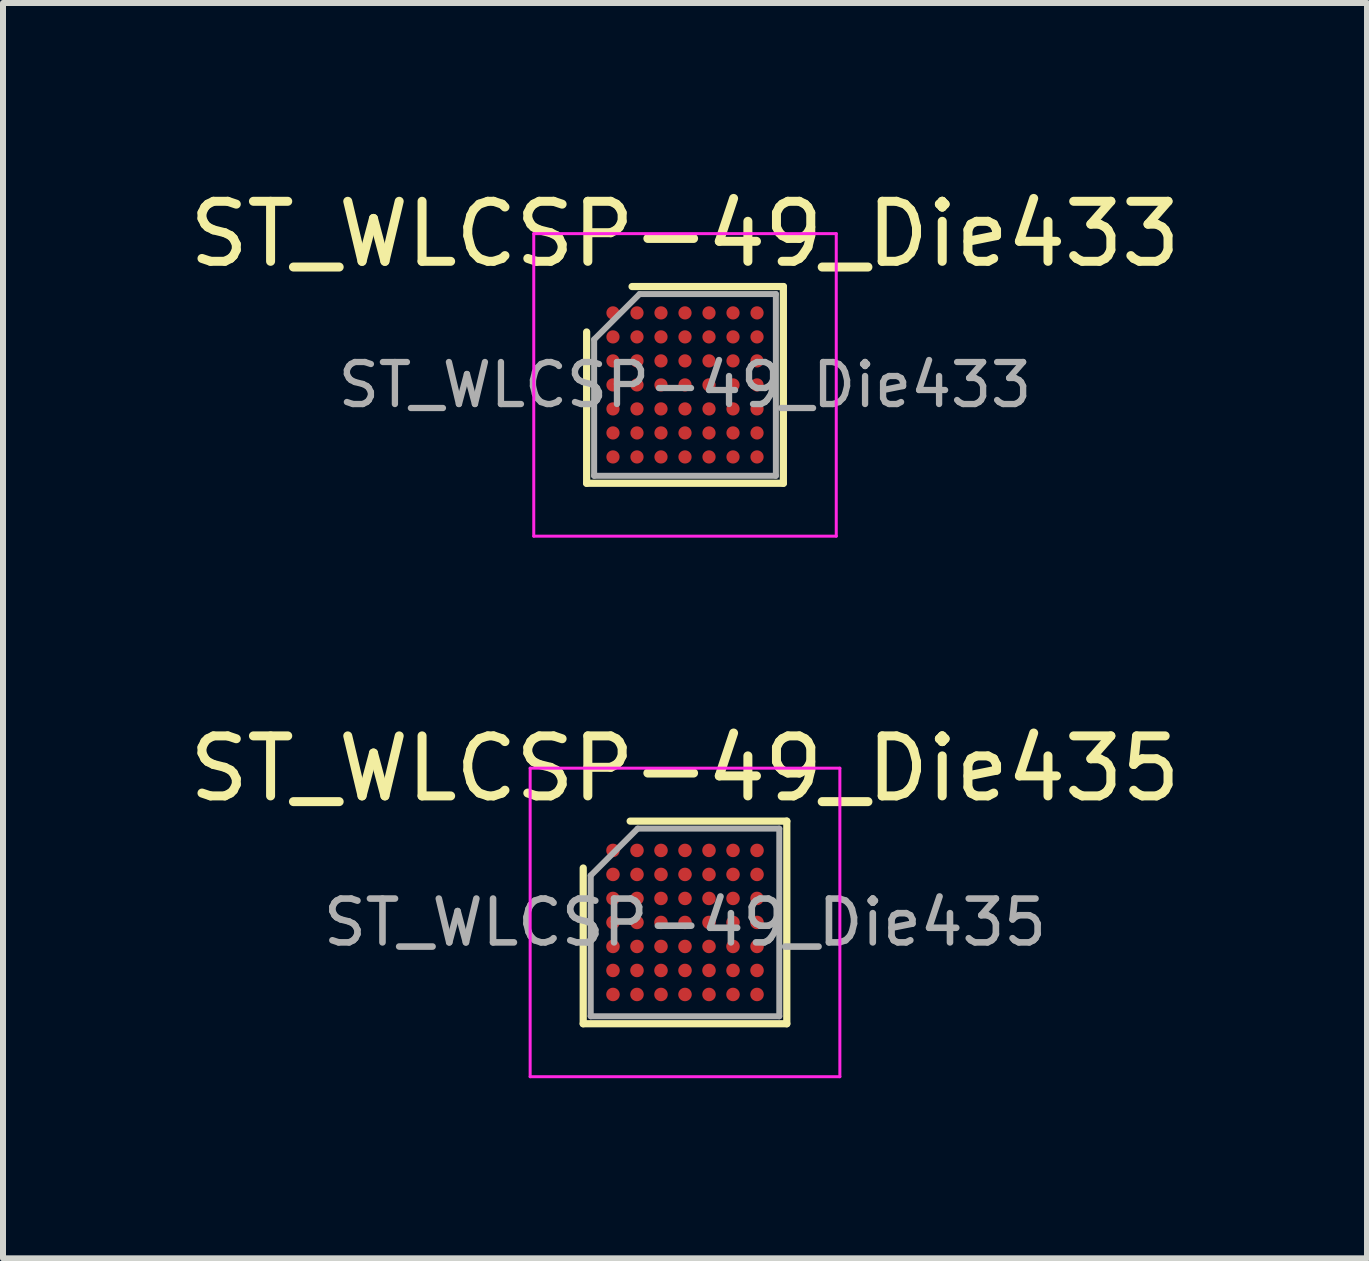
<source format=kicad_pcb>
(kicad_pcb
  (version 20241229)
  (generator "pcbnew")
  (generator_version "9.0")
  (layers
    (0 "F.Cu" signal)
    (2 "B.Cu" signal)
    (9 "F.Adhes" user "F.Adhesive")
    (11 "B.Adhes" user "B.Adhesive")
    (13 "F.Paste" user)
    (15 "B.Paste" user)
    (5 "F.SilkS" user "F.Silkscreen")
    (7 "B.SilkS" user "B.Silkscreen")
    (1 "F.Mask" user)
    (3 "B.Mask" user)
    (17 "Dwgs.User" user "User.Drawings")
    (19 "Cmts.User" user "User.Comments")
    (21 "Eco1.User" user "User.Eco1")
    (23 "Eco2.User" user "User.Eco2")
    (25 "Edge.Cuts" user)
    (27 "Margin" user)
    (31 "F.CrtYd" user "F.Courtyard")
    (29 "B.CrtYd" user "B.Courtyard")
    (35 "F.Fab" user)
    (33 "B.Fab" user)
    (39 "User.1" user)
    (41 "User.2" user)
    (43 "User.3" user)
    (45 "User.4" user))
  (footprint "ST_WLCSP-49_Die435"
    (layer "F.Cu")
    (at 8.363 12.319)
    (property "Reference" "ST_WLCSP-49_Die435" (at 0 -2.563 0) (layer "F.SilkS") (effects (font (size 1 1) (thickness 0.15))))
    (attr smd)
    (fp_line (start -1.696 1.688) (end -1.696 -0.907) (stroke (width 0.12) (type solid)) (layer "F.SilkS"))
    (fp_line (start -0.914 -1.688) (end 1.696 -1.688) (stroke (width 0.12) (type solid)) (layer "F.SilkS"))
    (fp_line (start 1.696 -1.688) (end 1.696 1.688) (stroke (width 0.12) (type solid)) (layer "F.SilkS"))
    (fp_line (start 1.696 1.688) (end -1.696 1.688) (stroke (width 0.12) (type solid)) (layer "F.SilkS"))
    (fp_line (start -2.58 -2.57) (end -2.58 2.57) (stroke (width 0.05) (type solid)) (layer "F.CrtYd"))
    (fp_line (start -2.58 2.57) (end 2.58 2.57) (stroke (width 0.05) (type solid)) (layer "F.CrtYd"))
    (fp_line (start 2.58 -2.57) (end -2.58 -2.57) (stroke (width 0.05) (type solid)) (layer "F.CrtYd"))
    (fp_line (start 2.58 2.57) (end 2.58 -2.57) (stroke (width 0.05) (type solid)) (layer "F.CrtYd"))
    (fp_line (start -1.571 -0.782) (end -0.789 -1.563) (stroke (width 0.1) (type solid)) (layer "F.Fab"))
    (fp_line (start -1.571 1.563) (end -1.571 -0.782) (stroke (width 0.1) (type solid)) (layer "F.Fab"))
    (fp_line (start -0.789 -1.563) (end 1.571 -1.563) (stroke (width 0.1) (type solid)) (layer "F.Fab"))
    (fp_line (start 1.571 -1.563) (end 1.571 1.563) (stroke (width 0.1) (type solid)) (layer "F.Fab"))
    (fp_line (start 1.571 1.563) (end -1.571 1.563) (stroke (width 0.1) (type solid)) (layer "F.Fab"))
    (fp_text user "${REFERENCE}" (at 0 0 0) (layer "F.Fab") (effects (font (size 0.73 0.73) (thickness 0.11))))
    (pad "A1" smd circle (at -1.2 -1.2) (size 0.225 0.225) (layers "F.Cu" "F.Mask" "F.Paste"))
    (pad "A2" smd circle (at -0.8 -1.2) (size 0.225 0.225) (layers "F.Cu" "F.Mask" "F.Paste"))
    (pad "A3" smd circle (at -0.4 -1.2) (size 0.225 0.225) (layers "F.Cu" "F.Mask" "F.Paste"))
    (pad "A4" smd circle (at 0 -1.2) (size 0.225 0.225) (layers "F.Cu" "F.Mask" "F.Paste"))
    (pad "A5" smd circle (at 0.4 -1.2) (size 0.225 0.225) (layers "F.Cu" "F.Mask" "F.Paste"))
    (pad "A6" smd circle (at 0.8 -1.2) (size 0.225 0.225) (layers "F.Cu" "F.Mask" "F.Paste"))
    (pad "A7" smd circle (at 1.2 -1.2) (size 0.225 0.225) (layers "F.Cu" "F.Mask" "F.Paste"))
    (pad "B1" smd circle (at -1.2 -0.8) (size 0.225 0.225) (layers "F.Cu" "F.Mask" "F.Paste"))
    (pad "B2" smd circle (at -0.8 -0.8) (size 0.225 0.225) (layers "F.Cu" "F.Mask" "F.Paste"))
    (pad "B3" smd circle (at -0.4 -0.8) (size 0.225 0.225) (layers "F.Cu" "F.Mask" "F.Paste"))
    (pad "B4" smd circle (at 0 -0.8) (size 0.225 0.225) (layers "F.Cu" "F.Mask" "F.Paste"))
    (pad "B5" smd circle (at 0.4 -0.8) (size 0.225 0.225) (layers "F.Cu" "F.Mask" "F.Paste"))
    (pad "B6" smd circle (at 0.8 -0.8) (size 0.225 0.225) (layers "F.Cu" "F.Mask" "F.Paste"))
    (pad "B7" smd circle (at 1.2 -0.8) (size 0.225 0.225) (layers "F.Cu" "F.Mask" "F.Paste"))
    (pad "C1" smd circle (at -1.2 -0.4) (size 0.225 0.225) (layers "F.Cu" "F.Mask" "F.Paste"))
    (pad "C2" smd circle (at -0.8 -0.4) (size 0.225 0.225) (layers "F.Cu" "F.Mask" "F.Paste"))
    (pad "C3" smd circle (at -0.4 -0.4) (size 0.225 0.225) (layers "F.Cu" "F.Mask" "F.Paste"))
    (pad "C4" smd circle (at 0 -0.4) (size 0.225 0.225) (layers "F.Cu" "F.Mask" "F.Paste"))
    (pad "C5" smd circle (at 0.4 -0.4) (size 0.225 0.225) (layers "F.Cu" "F.Mask" "F.Paste"))
    (pad "C6" smd circle (at 0.8 -0.4) (size 0.225 0.225) (layers "F.Cu" "F.Mask" "F.Paste"))
    (pad "C7" smd circle (at 1.2 -0.4) (size 0.225 0.225) (layers "F.Cu" "F.Mask" "F.Paste"))
    (pad "D1" smd circle (at -1.2 0) (size 0.225 0.225) (layers "F.Cu" "F.Mask" "F.Paste"))
    (pad "D2" smd circle (at -0.8 0) (size 0.225 0.225) (layers "F.Cu" "F.Mask" "F.Paste"))
    (pad "D3" smd circle (at -0.4 0) (size 0.225 0.225) (layers "F.Cu" "F.Mask" "F.Paste"))
    (pad "D4" smd circle (at 0 0) (size 0.225 0.225) (layers "F.Cu" "F.Mask" "F.Paste"))
    (pad "D5" smd circle (at 0.4 0) (size 0.225 0.225) (layers "F.Cu" "F.Mask" "F.Paste"))
    (pad "D6" smd circle (at 0.8 0) (size 0.225 0.225) (layers "F.Cu" "F.Mask" "F.Paste"))
    (pad "D7" smd circle (at 1.2 0) (size 0.225 0.225) (layers "F.Cu" "F.Mask" "F.Paste"))
    (pad "E1" smd circle (at -1.2 0.4) (size 0.225 0.225) (layers "F.Cu" "F.Mask" "F.Paste"))
    (pad "E2" smd circle (at -0.8 0.4) (size 0.225 0.225) (layers "F.Cu" "F.Mask" "F.Paste"))
    (pad "E3" smd circle (at -0.4 0.4) (size 0.225 0.225) (layers "F.Cu" "F.Mask" "F.Paste"))
    (pad "E4" smd circle (at 0 0.4) (size 0.225 0.225) (layers "F.Cu" "F.Mask" "F.Paste"))
    (pad "E5" smd circle (at 0.4 0.4) (size 0.225 0.225) (layers "F.Cu" "F.Mask" "F.Paste"))
    (pad "E6" smd circle (at 0.8 0.4) (size 0.225 0.225) (layers "F.Cu" "F.Mask" "F.Paste"))
    (pad "E7" smd circle (at 1.2 0.4) (size 0.225 0.225) (layers "F.Cu" "F.Mask" "F.Paste"))
    (pad "F1" smd circle (at -1.2 0.8) (size 0.225 0.225) (layers "F.Cu" "F.Mask" "F.Paste"))
    (pad "F2" smd circle (at -0.8 0.8) (size 0.225 0.225) (layers "F.Cu" "F.Mask" "F.Paste"))
    (pad "F3" smd circle (at -0.4 0.8) (size 0.225 0.225) (layers "F.Cu" "F.Mask" "F.Paste"))
    (pad "F4" smd circle (at 0 0.8) (size 0.225 0.225) (layers "F.Cu" "F.Mask" "F.Paste"))
    (pad "F5" smd circle (at 0.4 0.8) (size 0.225 0.225) (layers "F.Cu" "F.Mask" "F.Paste"))
    (pad "F6" smd circle (at 0.8 0.8) (size 0.225 0.225) (layers "F.Cu" "F.Mask" "F.Paste"))
    (pad "F7" smd circle (at 1.2 0.8) (size 0.225 0.225) (layers "F.Cu" "F.Mask" "F.Paste"))
    (pad "G1" smd circle (at -1.2 1.2) (size 0.225 0.225) (layers "F.Cu" "F.Mask" "F.Paste"))
    (pad "G2" smd circle (at -0.8 1.2) (size 0.225 0.225) (layers "F.Cu" "F.Mask" "F.Paste"))
    (pad "G3" smd circle (at -0.4 1.2) (size 0.225 0.225) (layers "F.Cu" "F.Mask" "F.Paste"))
    (pad "G4" smd circle (at 0 1.2) (size 0.225 0.225) (layers "F.Cu" "F.Mask" "F.Paste"))
    (pad "G5" smd circle (at 0.4 1.2) (size 0.225 0.225) (layers "F.Cu" "F.Mask" "F.Paste"))
    (pad "G6" smd circle (at 0.8 1.2) (size 0.225 0.225) (layers "F.Cu" "F.Mask" "F.Paste"))
    (pad "G7" smd circle (at 1.2 1.2) (size 0.225 0.225) (layers "F.Cu" "F.Mask" "F.Paste")))
  (footprint "ST_WLCSP-49_Die433"
    (layer "F.Cu")
    (at 8.363 3.363)
    (property "Reference" "ST_WLCSP-49_Die433" (at 0 -2.514 0) (layer "F.SilkS") (effects (font (size 1 1) (thickness 0.15))))
    (attr smd)
    (fp_line (start -1.639 1.639) (end -1.639 -0.882) (stroke (width 0.12) (type solid)) (layer "F.SilkS"))
    (fp_line (start -0.882 -1.639) (end 1.639 -1.639) (stroke (width 0.12) (type solid)) (layer "F.SilkS"))
    (fp_line (start 1.639 -1.639) (end 1.639 1.639) (stroke (width 0.12) (type solid)) (layer "F.SilkS"))
    (fp_line (start 1.639 1.639) (end -1.639 1.639) (stroke (width 0.12) (type solid)) (layer "F.SilkS"))
    (fp_line (start -2.52 -2.52) (end -2.52 2.52) (stroke (width 0.05) (type solid)) (layer "F.CrtYd"))
    (fp_line (start -2.52 2.52) (end 2.52 2.52) (stroke (width 0.05) (type solid)) (layer "F.CrtYd"))
    (fp_line (start 2.52 -2.52) (end -2.52 -2.52) (stroke (width 0.05) (type solid)) (layer "F.CrtYd"))
    (fp_line (start 2.52 2.52) (end 2.52 -2.52) (stroke (width 0.05) (type solid)) (layer "F.CrtYd"))
    (fp_line (start -1.514 -0.757) (end -0.757 -1.514) (stroke (width 0.1) (type solid)) (layer "F.Fab"))
    (fp_line (start -1.514 1.514) (end -1.514 -0.757) (stroke (width 0.1) (type solid)) (layer "F.Fab"))
    (fp_line (start -0.757 -1.514) (end 1.514 -1.514) (stroke (width 0.1) (type solid)) (layer "F.Fab"))
    (fp_line (start 1.514 -1.514) (end 1.514 1.514) (stroke (width 0.1) (type solid)) (layer "F.Fab"))
    (fp_line (start 1.514 1.514) (end -1.514 1.514) (stroke (width 0.1) (type solid)) (layer "F.Fab"))
    (fp_text user "${REFERENCE}" (at 0 0 0) (layer "F.Fab") (effects (font (size 0.7 0.7) (thickness 0.105))))
    (pad "A1" smd circle (at -1.2 -1.2) (size 0.22 0.22) (layers "F.Cu" "F.Mask" "F.Paste"))
    (pad "A2" smd circle (at -0.8 -1.2) (size 0.22 0.22) (layers "F.Cu" "F.Mask" "F.Paste"))
    (pad "A3" smd circle (at -0.4 -1.2) (size 0.22 0.22) (layers "F.Cu" "F.Mask" "F.Paste"))
    (pad "A4" smd circle (at 0 -1.2) (size 0.22 0.22) (layers "F.Cu" "F.Mask" "F.Paste"))
    (pad "A5" smd circle (at 0.4 -1.2) (size 0.22 0.22) (layers "F.Cu" "F.Mask" "F.Paste"))
    (pad "A6" smd circle (at 0.8 -1.2) (size 0.22 0.22) (layers "F.Cu" "F.Mask" "F.Paste"))
    (pad "A7" smd circle (at 1.2 -1.2) (size 0.22 0.22) (layers "F.Cu" "F.Mask" "F.Paste"))
    (pad "B1" smd circle (at -1.2 -0.8) (size 0.22 0.22) (layers "F.Cu" "F.Mask" "F.Paste"))
    (pad "B2" smd circle (at -0.8 -0.8) (size 0.22 0.22) (layers "F.Cu" "F.Mask" "F.Paste"))
    (pad "B3" smd circle (at -0.4 -0.8) (size 0.22 0.22) (layers "F.Cu" "F.Mask" "F.Paste"))
    (pad "B4" smd circle (at 0 -0.8) (size 0.22 0.22) (layers "F.Cu" "F.Mask" "F.Paste"))
    (pad "B5" smd circle (at 0.4 -0.8) (size 0.22 0.22) (layers "F.Cu" "F.Mask" "F.Paste"))
    (pad "B6" smd circle (at 0.8 -0.8) (size 0.22 0.22) (layers "F.Cu" "F.Mask" "F.Paste"))
    (pad "B7" smd circle (at 1.2 -0.8) (size 0.22 0.22) (layers "F.Cu" "F.Mask" "F.Paste"))
    (pad "C1" smd circle (at -1.2 -0.4) (size 0.22 0.22) (layers "F.Cu" "F.Mask" "F.Paste"))
    (pad "C2" smd circle (at -0.8 -0.4) (size 0.22 0.22) (layers "F.Cu" "F.Mask" "F.Paste"))
    (pad "C3" smd circle (at -0.4 -0.4) (size 0.22 0.22) (layers "F.Cu" "F.Mask" "F.Paste"))
    (pad "C4" smd circle (at 0 -0.4) (size 0.22 0.22) (layers "F.Cu" "F.Mask" "F.Paste"))
    (pad "C5" smd circle (at 0.4 -0.4) (size 0.22 0.22) (layers "F.Cu" "F.Mask" "F.Paste"))
    (pad "C6" smd circle (at 0.8 -0.4) (size 0.22 0.22) (layers "F.Cu" "F.Mask" "F.Paste"))
    (pad "C7" smd circle (at 1.2 -0.4) (size 0.22 0.22) (layers "F.Cu" "F.Mask" "F.Paste"))
    (pad "D1" smd circle (at -1.2 0) (size 0.22 0.22) (layers "F.Cu" "F.Mask" "F.Paste"))
    (pad "D2" smd circle (at -0.8 0) (size 0.22 0.22) (layers "F.Cu" "F.Mask" "F.Paste"))
    (pad "D3" smd circle (at -0.4 0) (size 0.22 0.22) (layers "F.Cu" "F.Mask" "F.Paste"))
    (pad "D4" smd circle (at 0 0) (size 0.22 0.22) (layers "F.Cu" "F.Mask" "F.Paste"))
    (pad "D5" smd circle (at 0.4 0) (size 0.22 0.22) (layers "F.Cu" "F.Mask" "F.Paste"))
    (pad "D6" smd circle (at 0.8 0) (size 0.22 0.22) (layers "F.Cu" "F.Mask" "F.Paste"))
    (pad "D7" smd circle (at 1.2 0) (size 0.22 0.22) (layers "F.Cu" "F.Mask" "F.Paste"))
    (pad "E1" smd circle (at -1.2 0.4) (size 0.22 0.22) (layers "F.Cu" "F.Mask" "F.Paste"))
    (pad "E2" smd circle (at -0.8 0.4) (size 0.22 0.22) (layers "F.Cu" "F.Mask" "F.Paste"))
    (pad "E3" smd circle (at -0.4 0.4) (size 0.22 0.22) (layers "F.Cu" "F.Mask" "F.Paste"))
    (pad "E4" smd circle (at 0 0.4) (size 0.22 0.22) (layers "F.Cu" "F.Mask" "F.Paste"))
    (pad "E5" smd circle (at 0.4 0.4) (size 0.22 0.22) (layers "F.Cu" "F.Mask" "F.Paste"))
    (pad "E6" smd circle (at 0.8 0.4) (size 0.22 0.22) (layers "F.Cu" "F.Mask" "F.Paste"))
    (pad "E7" smd circle (at 1.2 0.4) (size 0.22 0.22) (layers "F.Cu" "F.Mask" "F.Paste"))
    (pad "F1" smd circle (at -1.2 0.8) (size 0.22 0.22) (layers "F.Cu" "F.Mask" "F.Paste"))
    (pad "F2" smd circle (at -0.8 0.8) (size 0.22 0.22) (layers "F.Cu" "F.Mask" "F.Paste"))
    (pad "F3" smd circle (at -0.4 0.8) (size 0.22 0.22) (layers "F.Cu" "F.Mask" "F.Paste"))
    (pad "F4" smd circle (at 0 0.8) (size 0.22 0.22) (layers "F.Cu" "F.Mask" "F.Paste"))
    (pad "F5" smd circle (at 0.4 0.8) (size 0.22 0.22) (layers "F.Cu" "F.Mask" "F.Paste"))
    (pad "F6" smd circle (at 0.8 0.8) (size 0.22 0.22) (layers "F.Cu" "F.Mask" "F.Paste"))
    (pad "F7" smd circle (at 1.2 0.8) (size 0.22 0.22) (layers "F.Cu" "F.Mask" "F.Paste"))
    (pad "G1" smd circle (at -1.2 1.2) (size 0.22 0.22) (layers "F.Cu" "F.Mask" "F.Paste"))
    (pad "G2" smd circle (at -0.8 1.2) (size 0.22 0.22) (layers "F.Cu" "F.Mask" "F.Paste"))
    (pad "G3" smd circle (at -0.4 1.2) (size 0.22 0.22) (layers "F.Cu" "F.Mask" "F.Paste"))
    (pad "G4" smd circle (at 0 1.2) (size 0.22 0.22) (layers "F.Cu" "F.Mask" "F.Paste"))
    (pad "G5" smd circle (at 0.4 1.2) (size 0.22 0.22) (layers "F.Cu" "F.Mask" "F.Paste"))
    (pad "G6" smd circle (at 0.8 1.2) (size 0.22 0.22) (layers "F.Cu" "F.Mask" "F.Paste"))
    (pad "G7" smd circle (at 1.2 1.2) (size 0.22 0.22) (layers "F.Cu" "F.Mask" "F.Paste")))
  (gr_rect
    (start -3 -3)
    (end 19.726 17.915)
    (stroke (width 0.1) (type default))
    (fill no)
    (layer "Edge.Cuts")))
</source>
